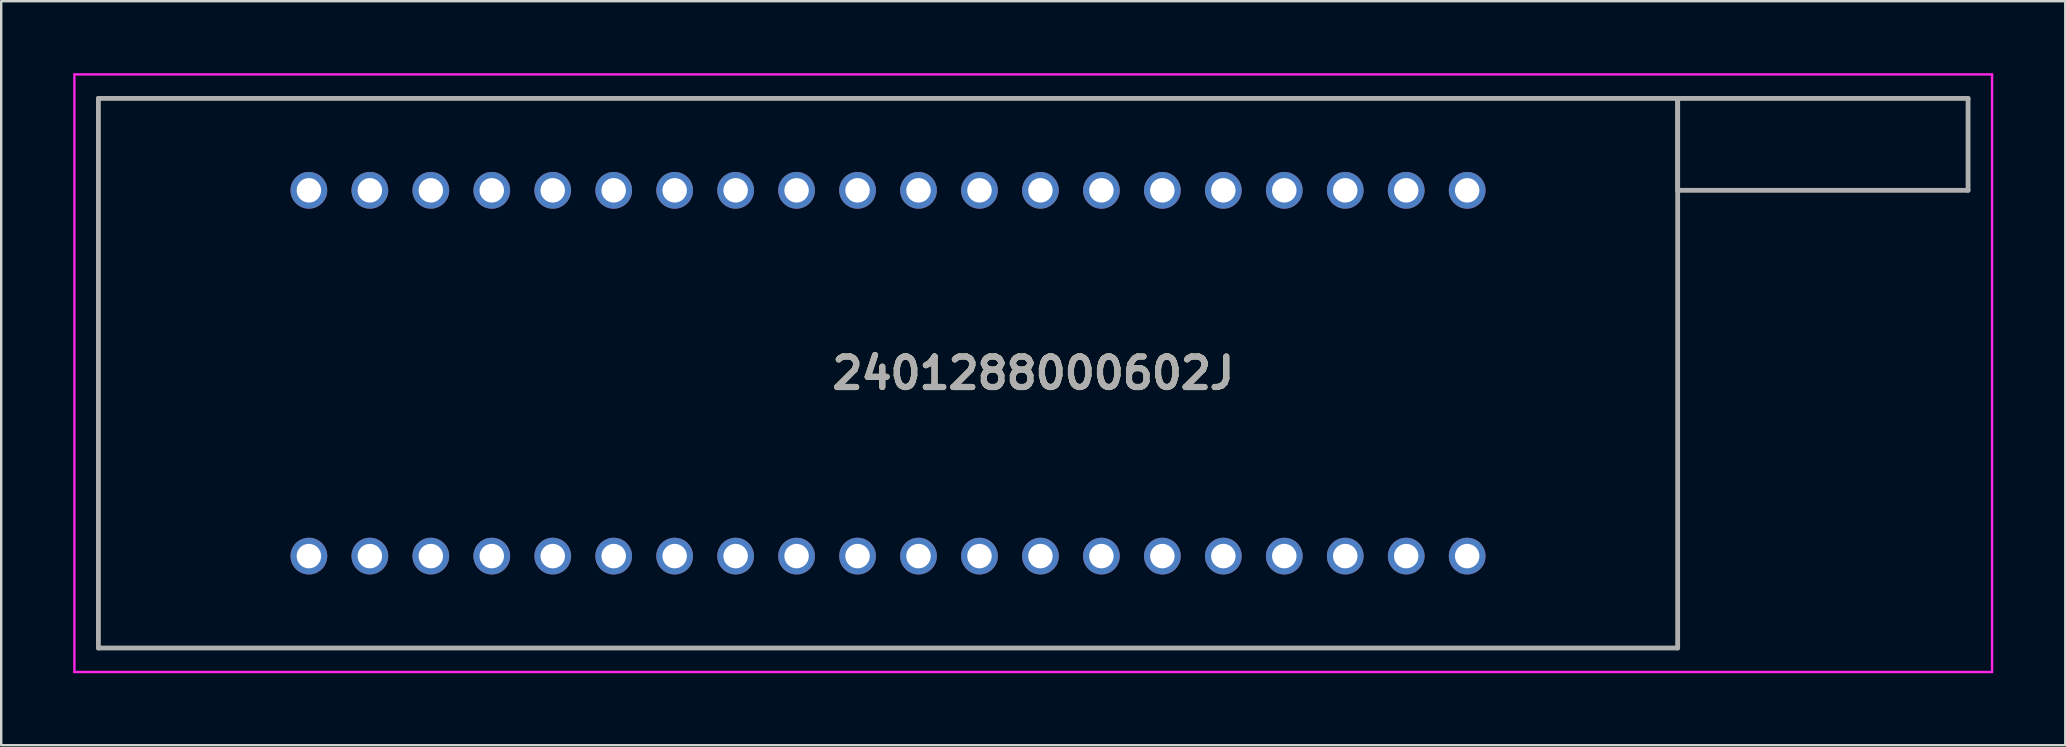
<source format=kicad_pcb>
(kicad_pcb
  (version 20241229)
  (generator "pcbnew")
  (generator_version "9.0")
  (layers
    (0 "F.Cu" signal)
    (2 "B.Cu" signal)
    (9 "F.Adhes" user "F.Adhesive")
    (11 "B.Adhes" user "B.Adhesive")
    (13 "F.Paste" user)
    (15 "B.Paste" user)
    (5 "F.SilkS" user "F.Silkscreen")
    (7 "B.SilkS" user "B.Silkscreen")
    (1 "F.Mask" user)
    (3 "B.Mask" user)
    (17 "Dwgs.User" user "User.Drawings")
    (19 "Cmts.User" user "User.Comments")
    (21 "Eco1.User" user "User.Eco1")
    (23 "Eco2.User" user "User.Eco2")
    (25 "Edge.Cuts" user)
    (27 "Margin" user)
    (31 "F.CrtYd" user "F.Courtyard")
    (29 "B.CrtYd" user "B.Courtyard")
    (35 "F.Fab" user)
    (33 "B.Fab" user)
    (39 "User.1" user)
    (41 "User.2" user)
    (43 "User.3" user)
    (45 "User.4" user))
  (footprint "2401288000602J"
    (layer "F.Cu")
    (at 9.82 20.12)
    (property "Reference" "2401288000602J" (at 30.18 -7.62 0) (layer "F.SilkS") (effects (font (size 1.27 1.27) (thickness 0.254))))
    (attr through_hole)
    (fp_line (start -8.77 -19.07) (end 57.03 -19.07) (stroke (width 0.1) (type solid)) (layer "F.SilkS"))
    (fp_line (start -8.77 3.83) (end -8.77 -19.07) (stroke (width 0.1) (type solid)) (layer "F.SilkS"))
    (fp_line (start 57.03 -19.07) (end 57.03 3.83) (stroke (width 0.1) (type solid)) (layer "F.SilkS"))
    (fp_line (start 57.03 3.83) (end -8.77 3.83) (stroke (width 0.1) (type solid)) (layer "F.SilkS"))
    (fp_line (start -9.77 -20.07) (end 70.13 -20.07) (stroke (width 0.1) (type solid)) (layer "F.CrtYd"))
    (fp_line (start -9.77 4.83) (end -9.77 -20.07) (stroke (width 0.1) (type solid)) (layer "F.CrtYd"))
    (fp_line (start 70.13 -20.07) (end 70.13 4.83) (stroke (width 0.1) (type solid)) (layer "F.CrtYd"))
    (fp_line (start 70.13 4.83) (end -9.77 4.83) (stroke (width 0.1) (type solid)) (layer "F.CrtYd"))
    (fp_line (start -8.77 -19.07) (end -8.77 3.83) (stroke (width 0.2) (type solid)) (layer "F.Fab"))
    (fp_line (start -8.77 3.83) (end 57.03 3.83) (stroke (width 0.2) (type solid)) (layer "F.Fab"))
    (fp_line (start 57.03 -19.07) (end -8.77 -19.07) (stroke (width 0.2) (type solid)) (layer "F.Fab"))
    (fp_line (start 57.03 -19.07) (end 69.13 -19.07) (stroke (width 0.2) (type solid)) (layer "F.Fab"))
    (fp_line (start 57.03 -15.24) (end 57.03 -19.07) (stroke (width 0.2) (type solid)) (layer "F.Fab"))
    (fp_line (start 57.03 3.83) (end 57.03 -19.07) (stroke (width 0.2) (type solid)) (layer "F.Fab"))
    (fp_line (start 69.13 -19.07) (end 69.13 -15.24) (stroke (width 0.2) (type solid)) (layer "F.Fab"))
    (fp_line (start 69.13 -15.24) (end 57.03 -15.24) (stroke (width 0.2) (type solid)) (layer "F.Fab"))
    (fp_text user "${REFERENCE}" (at 30.18 -7.62 0) (layer "F.Fab") (effects (font (size 1.27 1.27) (thickness 0.254))))
    (pad "1" thru_hole circle (at 0 0) (size 1.53 1.53) (drill 1.02) (layers "*.Cu" "*.Mask"))
    (pad "2" thru_hole circle (at 0 -15.24) (size 1.53 1.53) (drill 1.02) (layers "*.Cu" "*.Mask"))
    (pad "3" thru_hole circle (at 2.54 0) (size 1.53 1.53) (drill 1.02) (layers "*.Cu" "*.Mask"))
    (pad "4" thru_hole circle (at 2.54 -15.24) (size 1.53 1.53) (drill 1.02) (layers "*.Cu" "*.Mask"))
    (pad "5" thru_hole circle (at 5.08 0) (size 1.53 1.53) (drill 1.02) (layers "*.Cu" "*.Mask"))
    (pad "6" thru_hole circle (at 5.08 -15.24) (size 1.53 1.53) (drill 1.02) (layers "*.Cu" "*.Mask"))
    (pad "7" thru_hole circle (at 7.62 0) (size 1.53 1.53) (drill 1.02) (layers "*.Cu" "*.Mask"))
    (pad "8" thru_hole circle (at 7.62 -15.24) (size 1.53 1.53) (drill 1.02) (layers "*.Cu" "*.Mask"))
    (pad "9" thru_hole circle (at 10.16 0) (size 1.53 1.53) (drill 1.02) (layers "*.Cu" "*.Mask"))
    (pad "10" thru_hole circle (at 10.16 -15.24) (size 1.53 1.53) (drill 1.02) (layers "*.Cu" "*.Mask"))
    (pad "11" thru_hole circle (at 12.7 0) (size 1.53 1.53) (drill 1.02) (layers "*.Cu" "*.Mask"))
    (pad "12" thru_hole circle (at 12.7 -15.24) (size 1.53 1.53) (drill 1.02) (layers "*.Cu" "*.Mask"))
    (pad "13" thru_hole circle (at 15.24 0) (size 1.53 1.53) (drill 1.02) (layers "*.Cu" "*.Mask"))
    (pad "14" thru_hole circle (at 15.24 -15.24) (size 1.53 1.53) (drill 1.02) (layers "*.Cu" "*.Mask"))
    (pad "15" thru_hole circle (at 17.78 0) (size 1.53 1.53) (drill 1.02) (layers "*.Cu" "*.Mask"))
    (pad "16" thru_hole circle (at 17.78 -15.24) (size 1.53 1.53) (drill 1.02) (layers "*.Cu" "*.Mask"))
    (pad "17" thru_hole circle (at 20.32 0) (size 1.53 1.53) (drill 1.02) (layers "*.Cu" "*.Mask"))
    (pad "18" thru_hole circle (at 20.32 -15.24) (size 1.53 1.53) (drill 1.02) (layers "*.Cu" "*.Mask"))
    (pad "19" thru_hole circle (at 22.86 0) (size 1.53 1.53) (drill 1.02) (layers "*.Cu" "*.Mask"))
    (pad "20" thru_hole circle (at 22.86 -15.24) (size 1.53 1.53) (drill 1.02) (layers "*.Cu" "*.Mask"))
    (pad "21" thru_hole circle (at 25.4 0) (size 1.53 1.53) (drill 1.02) (layers "*.Cu" "*.Mask"))
    (pad "22" thru_hole circle (at 25.4 -15.24) (size 1.53 1.53) (drill 1.02) (layers "*.Cu" "*.Mask"))
    (pad "23" thru_hole circle (at 27.94 0) (size 1.53 1.53) (drill 1.02) (layers "*.Cu" "*.Mask"))
    (pad "24" thru_hole circle (at 27.94 -15.24) (size 1.53 1.53) (drill 1.02) (layers "*.Cu" "*.Mask"))
    (pad "25" thru_hole circle (at 30.48 0) (size 1.53 1.53) (drill 1.02) (layers "*.Cu" "*.Mask"))
    (pad "26" thru_hole circle (at 30.48 -15.24) (size 1.53 1.53) (drill 1.02) (layers "*.Cu" "*.Mask"))
    (pad "27" thru_hole circle (at 33.02 0) (size 1.53 1.53) (drill 1.02) (layers "*.Cu" "*.Mask"))
    (pad "28" thru_hole circle (at 33.02 -15.24) (size 1.53 1.53) (drill 1.02) (layers "*.Cu" "*.Mask"))
    (pad "29" thru_hole circle (at 35.56 0) (size 1.53 1.53) (drill 1.02) (layers "*.Cu" "*.Mask"))
    (pad "30" thru_hole circle (at 35.56 -15.24) (size 1.53 1.53) (drill 1.02) (layers "*.Cu" "*.Mask"))
    (pad "31" thru_hole circle (at 38.1 0) (size 1.53 1.53) (drill 1.02) (layers "*.Cu" "*.Mask"))
    (pad "32" thru_hole circle (at 38.1 -15.24) (size 1.53 1.53) (drill 1.02) (layers "*.Cu" "*.Mask"))
    (pad "33" thru_hole circle (at 40.64 0) (size 1.53 1.53) (drill 1.02) (layers "*.Cu" "*.Mask"))
    (pad "34" thru_hole circle (at 40.64 -15.24) (size 1.53 1.53) (drill 1.02) (layers "*.Cu" "*.Mask"))
    (pad "35" thru_hole circle (at 43.18 0) (size 1.53 1.53) (drill 1.02) (layers "*.Cu" "*.Mask"))
    (pad "36" thru_hole circle (at 43.18 -15.24) (size 1.53 1.53) (drill 1.02) (layers "*.Cu" "*.Mask"))
    (pad "37" thru_hole circle (at 45.72 0) (size 1.53 1.53) (drill 1.02) (layers "*.Cu" "*.Mask"))
    (pad "38" thru_hole circle (at 45.72 -15.24) (size 1.53 1.53) (drill 1.02) (layers "*.Cu" "*.Mask"))
    (pad "39" thru_hole circle (at 48.26 0) (size 1.53 1.53) (drill 1.02) (layers "*.Cu" "*.Mask"))
    (pad "40" thru_hole circle (at 48.26 -15.24) (size 1.53 1.53) (drill 1.02) (layers "*.Cu" "*.Mask")))
  (gr_rect
    (start -3 -3)
    (end 83 28)
    (stroke (width 0.1) (type default))
    (fill no)
    (layer "Edge.Cuts")))
</source>
